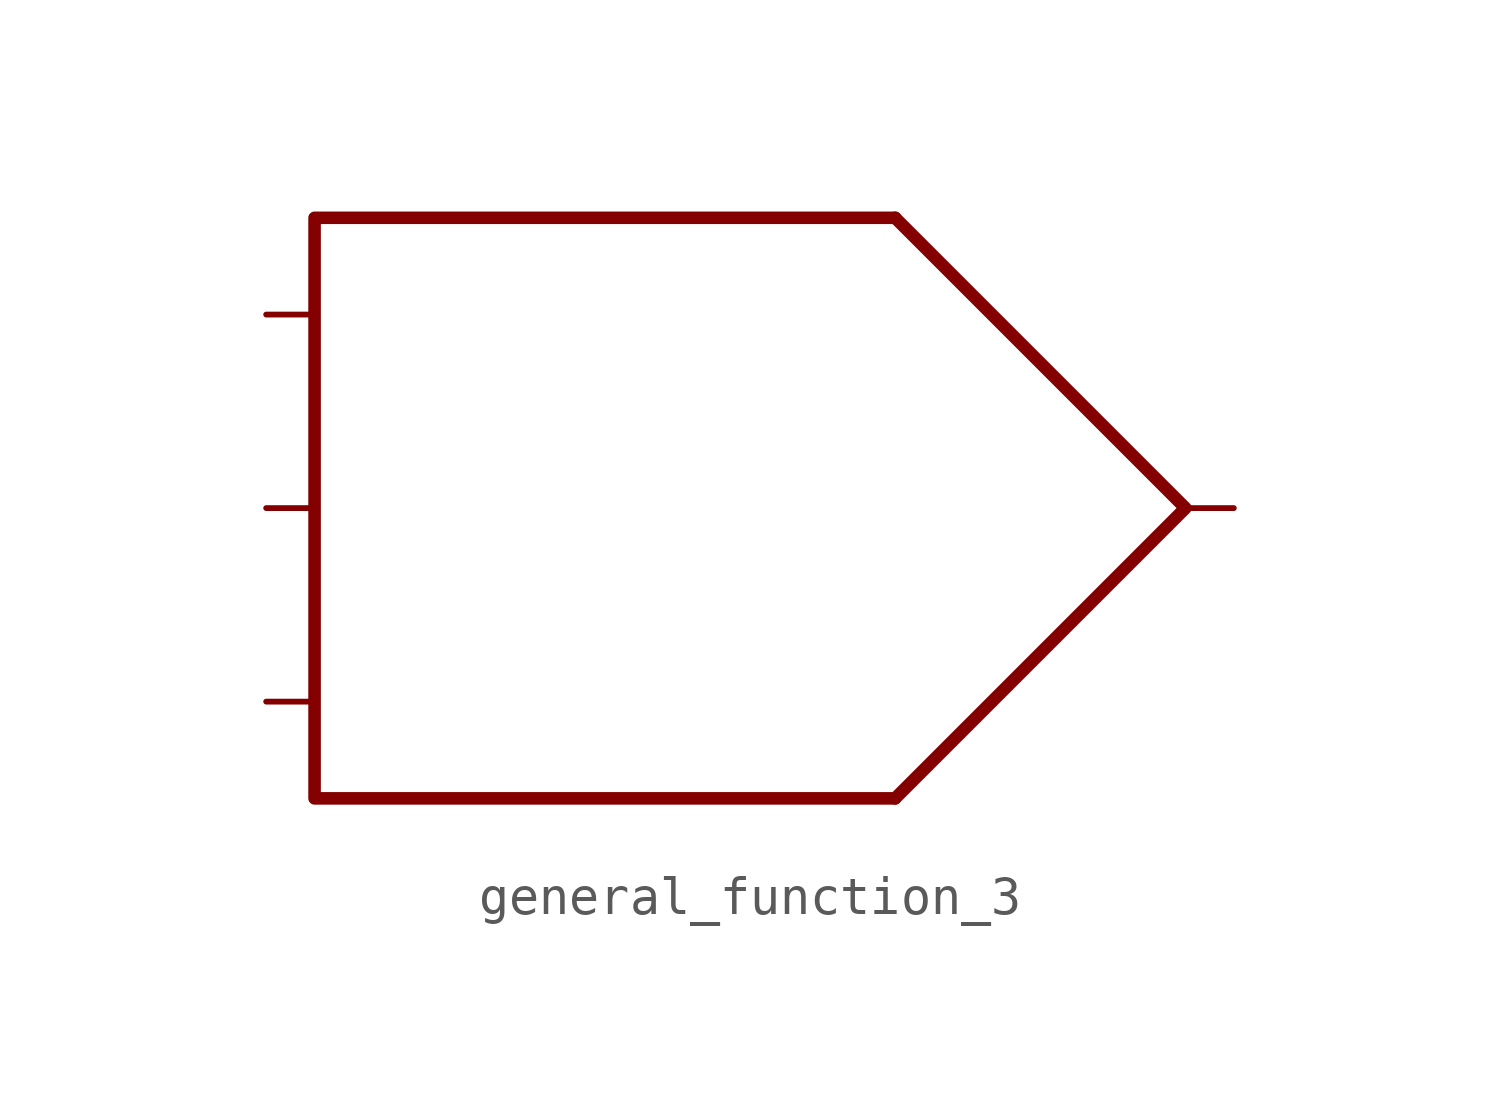
<source format=kicad_sym>
(kicad_symbol_lib
  (version 20211014)
  (generator kicad_symbol_editor)
  (symbol "general_function_3"
    (property "Reference" "U"
      (at 3.81 12.7 0)
      (effects (font (size 1.27 1.27)) hide))
    (symbol "general_function_3_0_0"
      (polyline (pts (xy 0 7.62) (xy -15.24 7.62) (xy -15.24 -7.62) (xy 0 -7.62)) (stroke (width 0.33) (type default) (color 0 0 0 0)) (fill (type none))))
    (symbol "general_function_3_0_1"
      (polyline (pts (xy 0 7.62) (xy 7.62 0) (xy 0 -7.62)) (stroke (width 0.33) (type default) (color 0 0 0 0)) (fill (type none))))
    (symbol "general_function_3_1_1"
      (pin input line (at -16.51 -5.08 0) (length 1.27) (name "" (effects (font (size 1.27 1.27)))) (number "" (effects (font (size 1.27 1.27)))))
      (pin input line (at -16.51 0 0) (length 1.27) (name "" (effects (font (size 1.27 1.27)))) (number "" (effects (font (size 1.27 1.27)))))
      (pin input line (at -16.51 5.08 0) (length 1.27) (name "" (effects (font (size 1.27 1.27)))) (number "" (effects (font (size 1.27 1.27)))))
      (pin output line (at 8.89 0 180) (length 1.27) (name "" (effects (font (size 1.27 1.27)))) (number "" (effects (font (size 1.27 1.27))))))))
</source>
